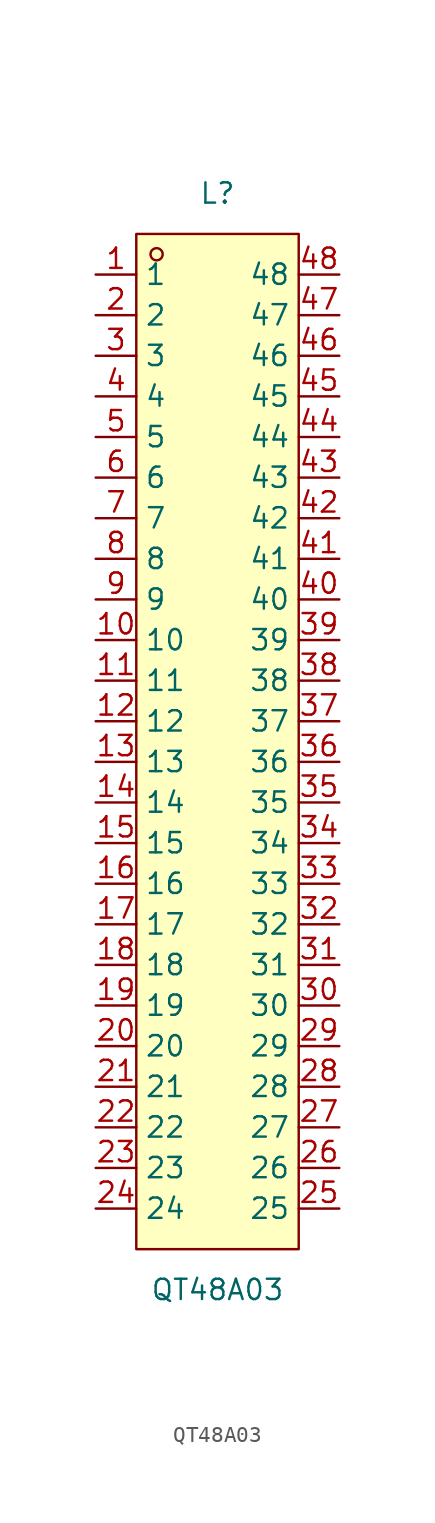
<source format=kicad_sym>
(kicad_symbol_lib
  (version 20211014)
  (generator https://github.com/uPesy/easyeda2kicad.py)
  (symbol "QT48A03"
    (property "Reference" "L"
      (at 0 33.02 0)
      (effects (font (size 1.27 1.27))))
    (property "Value" "QT48A03"
      (at 0 -35.56 0)
      (effects (font (size 1.27 1.27))))
    (symbol "QT48A03_0_1"
      (rectangle (start -5.08 30.48) (end 5.08 -33.02) (stroke (width 0) (type default) (color 0 0 0 0)) (fill (type background)))
      (circle (center -3.81 29.21) (radius 0.38) (stroke (width 0) (type default) (color 0 0 0 0)) (fill (type none)))
      (pin unspecified line (at -7.62 27.94 0) (length 2.54) (name "1" (effects (font (size 1.27 1.27)))) (number "1" (effects (font (size 1.27 1.27)))))
      (pin unspecified line (at -7.62 25.40 0) (length 2.54) (name "2" (effects (font (size 1.27 1.27)))) (number "2" (effects (font (size 1.27 1.27)))))
      (pin unspecified line (at -7.62 22.86 0) (length 2.54) (name "3" (effects (font (size 1.27 1.27)))) (number "3" (effects (font (size 1.27 1.27)))))
      (pin unspecified line (at -7.62 20.32 0) (length 2.54) (name "4" (effects (font (size 1.27 1.27)))) (number "4" (effects (font (size 1.27 1.27)))))
      (pin unspecified line (at -7.62 17.78 0) (length 2.54) (name "5" (effects (font (size 1.27 1.27)))) (number "5" (effects (font (size 1.27 1.27)))))
      (pin unspecified line (at -7.62 15.24 0) (length 2.54) (name "6" (effects (font (size 1.27 1.27)))) (number "6" (effects (font (size 1.27 1.27)))))
      (pin unspecified line (at -7.62 12.70 0) (length 2.54) (name "7" (effects (font (size 1.27 1.27)))) (number "7" (effects (font (size 1.27 1.27)))))
      (pin unspecified line (at -7.62 10.16 0) (length 2.54) (name "8" (effects (font (size 1.27 1.27)))) (number "8" (effects (font (size 1.27 1.27)))))
      (pin unspecified line (at -7.62 7.62 0) (length 2.54) (name "9" (effects (font (size 1.27 1.27)))) (number "9" (effects (font (size 1.27 1.27)))))
      (pin unspecified line (at -7.62 5.08 0) (length 2.54) (name "10" (effects (font (size 1.27 1.27)))) (number "10" (effects (font (size 1.27 1.27)))))
      (pin unspecified line (at -7.62 2.54 0) (length 2.54) (name "11" (effects (font (size 1.27 1.27)))) (number "11" (effects (font (size 1.27 1.27)))))
      (pin unspecified line (at -7.62 -0.00 0) (length 2.54) (name "12" (effects (font (size 1.27 1.27)))) (number "12" (effects (font (size 1.27 1.27)))))
      (pin unspecified line (at -7.62 -2.54 0) (length 2.54) (name "13" (effects (font (size 1.27 1.27)))) (number "13" (effects (font (size 1.27 1.27)))))
      (pin unspecified line (at -7.62 -5.08 0) (length 2.54) (name "14" (effects (font (size 1.27 1.27)))) (number "14" (effects (font (size 1.27 1.27)))))
      (pin unspecified line (at -7.62 -7.62 0) (length 2.54) (name "15" (effects (font (size 1.27 1.27)))) (number "15" (effects (font (size 1.27 1.27)))))
      (pin unspecified line (at -7.62 -10.16 0) (length 2.54) (name "16" (effects (font (size 1.27 1.27)))) (number "16" (effects (font (size 1.27 1.27)))))
      (pin unspecified line (at -7.62 -12.70 0) (length 2.54) (name "17" (effects (font (size 1.27 1.27)))) (number "17" (effects (font (size 1.27 1.27)))))
      (pin unspecified line (at -7.62 -15.24 0) (length 2.54) (name "18" (effects (font (size 1.27 1.27)))) (number "18" (effects (font (size 1.27 1.27)))))
      (pin unspecified line (at -7.62 -17.78 0) (length 2.54) (name "19" (effects (font (size 1.27 1.27)))) (number "19" (effects (font (size 1.27 1.27)))))
      (pin unspecified line (at -7.62 -20.32 0) (length 2.54) (name "20" (effects (font (size 1.27 1.27)))) (number "20" (effects (font (size 1.27 1.27)))))
      (pin unspecified line (at -7.62 -22.86 0) (length 2.54) (name "21" (effects (font (size 1.27 1.27)))) (number "21" (effects (font (size 1.27 1.27)))))
      (pin unspecified line (at -7.62 -25.40 0) (length 2.54) (name "22" (effects (font (size 1.27 1.27)))) (number "22" (effects (font (size 1.27 1.27)))))
      (pin unspecified line (at -7.62 -27.94 0) (length 2.54) (name "23" (effects (font (size 1.27 1.27)))) (number "23" (effects (font (size 1.27 1.27)))))
      (pin unspecified line (at -7.62 -30.48 0) (length 2.54) (name "24" (effects (font (size 1.27 1.27)))) (number "24" (effects (font (size 1.27 1.27)))))
      (pin unspecified line (at 7.62 -30.48 180) (length 2.54) (name "25" (effects (font (size 1.27 1.27)))) (number "25" (effects (font (size 1.27 1.27)))))
      (pin unspecified line (at 7.62 -27.94 180) (length 2.54) (name "26" (effects (font (size 1.27 1.27)))) (number "26" (effects (font (size 1.27 1.27)))))
      (pin unspecified line (at 7.62 -25.40 180) (length 2.54) (name "27" (effects (font (size 1.27 1.27)))) (number "27" (effects (font (size 1.27 1.27)))))
      (pin unspecified line (at 7.62 -22.86 180) (length 2.54) (name "28" (effects (font (size 1.27 1.27)))) (number "28" (effects (font (size 1.27 1.27)))))
      (pin unspecified line (at 7.62 -20.32 180) (length 2.54) (name "29" (effects (font (size 1.27 1.27)))) (number "29" (effects (font (size 1.27 1.27)))))
      (pin unspecified line (at 7.62 -17.78 180) (length 2.54) (name "30" (effects (font (size 1.27 1.27)))) (number "30" (effects (font (size 1.27 1.27)))))
      (pin unspecified line (at 7.62 -15.24 180) (length 2.54) (name "31" (effects (font (size 1.27 1.27)))) (number "31" (effects (font (size 1.27 1.27)))))
      (pin unspecified line (at 7.62 -12.70 180) (length 2.54) (name "32" (effects (font (size 1.27 1.27)))) (number "32" (effects (font (size 1.27 1.27)))))
      (pin unspecified line (at 7.62 -10.16 180) (length 2.54) (name "33" (effects (font (size 1.27 1.27)))) (number "33" (effects (font (size 1.27 1.27)))))
      (pin unspecified line (at 7.62 -7.62 180) (length 2.54) (name "34" (effects (font (size 1.27 1.27)))) (number "34" (effects (font (size 1.27 1.27)))))
      (pin unspecified line (at 7.62 -5.08 180) (length 2.54) (name "35" (effects (font (size 1.27 1.27)))) (number "35" (effects (font (size 1.27 1.27)))))
      (pin unspecified line (at 7.62 -2.54 180) (length 2.54) (name "36" (effects (font (size 1.27 1.27)))) (number "36" (effects (font (size 1.27 1.27)))))
      (pin unspecified line (at 7.62 -0.00 180) (length 2.54) (name "37" (effects (font (size 1.27 1.27)))) (number "37" (effects (font (size 1.27 1.27)))))
      (pin unspecified line (at 7.62 2.54 180) (length 2.54) (name "38" (effects (font (size 1.27 1.27)))) (number "38" (effects (font (size 1.27 1.27)))))
      (pin unspecified line (at 7.62 5.08 180) (length 2.54) (name "39" (effects (font (size 1.27 1.27)))) (number "39" (effects (font (size 1.27 1.27)))))
      (pin unspecified line (at 7.62 7.62 180) (length 2.54) (name "40" (effects (font (size 1.27 1.27)))) (number "40" (effects (font (size 1.27 1.27)))))
      (pin unspecified line (at 7.62 10.16 180) (length 2.54) (name "41" (effects (font (size 1.27 1.27)))) (number "41" (effects (font (size 1.27 1.27)))))
      (pin unspecified line (at 7.62 12.70 180) (length 2.54) (name "42" (effects (font (size 1.27 1.27)))) (number "42" (effects (font (size 1.27 1.27)))))
      (pin unspecified line (at 7.62 15.24 180) (length 2.54) (name "43" (effects (font (size 1.27 1.27)))) (number "43" (effects (font (size 1.27 1.27)))))
      (pin unspecified line (at 7.62 17.78 180) (length 2.54) (name "44" (effects (font (size 1.27 1.27)))) (number "44" (effects (font (size 1.27 1.27)))))
      (pin unspecified line (at 7.62 20.32 180) (length 2.54) (name "45" (effects (font (size 1.27 1.27)))) (number "45" (effects (font (size 1.27 1.27)))))
      (pin unspecified line (at 7.62 22.86 180) (length 2.54) (name "46" (effects (font (size 1.27 1.27)))) (number "46" (effects (font (size 1.27 1.27)))))
      (pin unspecified line (at 7.62 25.40 180) (length 2.54) (name "47" (effects (font (size 1.27 1.27)))) (number "47" (effects (font (size 1.27 1.27)))))
      (pin unspecified line (at 7.62 27.94 180) (length 2.54) (name "48" (effects (font (size 1.27 1.27)))) (number "48" (effects (font (size 1.27 1.27))))))))
</source>
